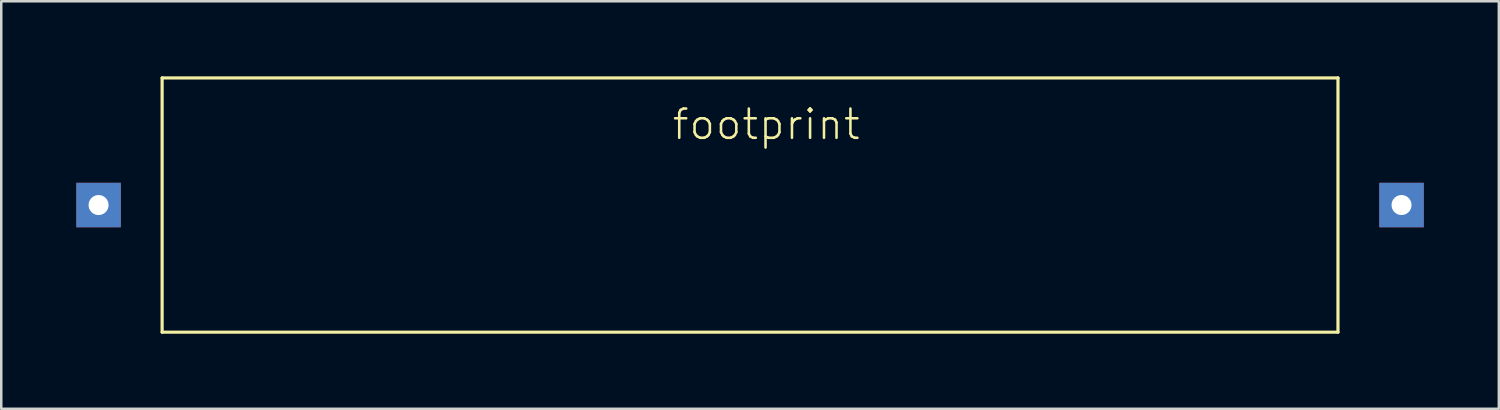
<source format=kicad_pcb>
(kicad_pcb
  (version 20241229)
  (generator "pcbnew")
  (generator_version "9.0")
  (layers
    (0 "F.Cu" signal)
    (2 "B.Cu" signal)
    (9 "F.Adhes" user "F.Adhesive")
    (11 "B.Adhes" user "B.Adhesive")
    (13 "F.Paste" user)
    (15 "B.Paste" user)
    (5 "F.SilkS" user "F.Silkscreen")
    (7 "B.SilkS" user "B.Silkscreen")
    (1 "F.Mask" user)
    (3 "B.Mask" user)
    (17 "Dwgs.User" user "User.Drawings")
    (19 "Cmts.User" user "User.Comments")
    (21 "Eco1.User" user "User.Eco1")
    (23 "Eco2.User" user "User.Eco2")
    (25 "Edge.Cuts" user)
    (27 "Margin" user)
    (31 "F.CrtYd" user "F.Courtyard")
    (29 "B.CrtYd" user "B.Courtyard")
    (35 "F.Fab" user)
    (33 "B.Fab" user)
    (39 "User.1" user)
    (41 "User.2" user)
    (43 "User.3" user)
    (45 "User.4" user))
  (footprint "footprint"
    (layer "F.Cu")
    (at 26.289 5.144)
    (property "Reference" "footprint" (at -2.54 -2.54 0) (layer "F.SilkS") (effects (font (size 1.168 1.168) (thickness 0.102)) (justify left bottom)))
    (fp_line (start -22.86 -5.08) (end 24.13 -5.08) (stroke (width 0.127) (type solid)) (layer "F.SilkS"))
    (fp_line (start -22.86 5.08) (end -22.86 -5.08) (stroke (width 0.127) (type solid)) (layer "F.SilkS"))
    (fp_line (start 24.13 -5.08) (end 24.13 5.08) (stroke (width 0.127) (type solid)) (layer "F.SilkS"))
    (fp_line (start 24.13 5.08) (end -22.86 5.08) (stroke (width 0.127) (type solid)) (layer "F.SilkS"))
    (pad "P$1" thru_hole rect (at -25.4 0) (size 1.778 1.778) (drill 0.8) (layers "*.Cu" "*.Mask"))
    (pad "P$2" thru_hole rect (at 26.67 0) (size 1.778 1.778) (drill 0.8) (layers "*.Cu" "*.Mask")))
  (gr_rect
    (start -3 -3)
    (end 56.848 13.287)
    (stroke (width 0.1) (type default))
    (fill no)
    (layer "Edge.Cuts")))
</source>
